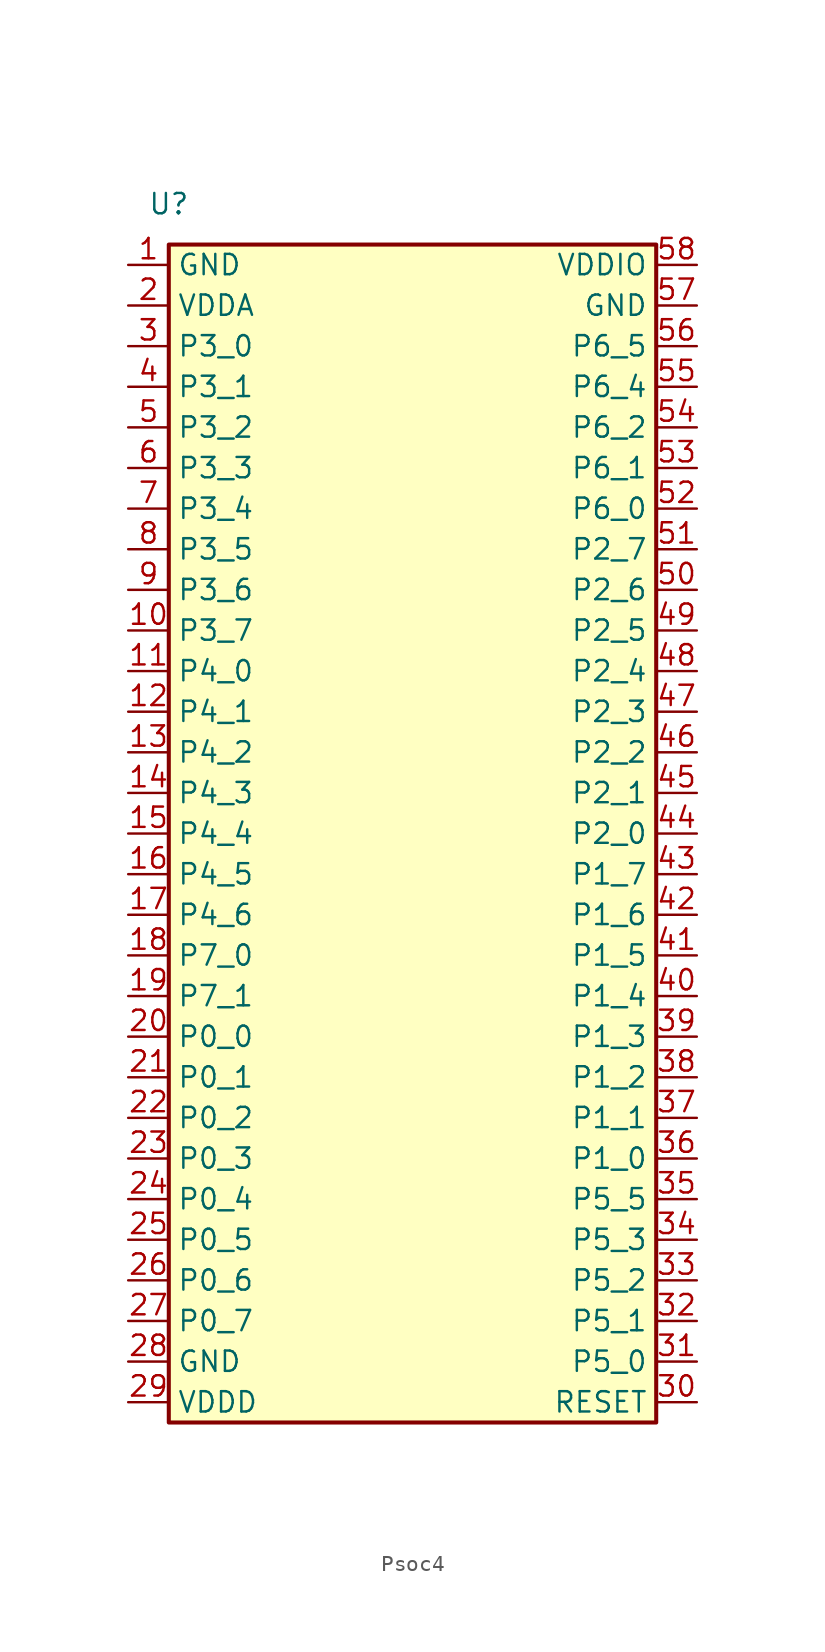
<source format=kicad_sym>
(kicad_symbol_lib
  (version 20231120)
  (generator "kicad_symbol_editor")
  (generator_version "8.0")
  (symbol "Psoc4"
    (property "Reference" "U"
      (at 0 0 0)
      (effects (font (size 1.27 1.27))))
    (property "Value" ""
      (at 0 0 0)
      (effects (font (size 1.27 1.27))))
    (symbol "Psoc4_0_1"
      (rectangle (start 0 -2.54) (end 30.48 -76.2) (stroke (width 0.254) (type default)) (fill (type background))))
    (symbol "Psoc4_1_1"
      (pin power_in line (at -2.54 -3.81 0) (length 2.54) (name "GND" (effects (font (size 1.27 1.27)))) (number "1" (effects (font (size 1.27 1.27)))))
      (pin bidirectional line (at -2.54 -26.67 0) (length 2.54) (name "P3_7" (effects (font (size 1.27 1.27)))) (number "10" (effects (font (size 1.27 1.27)))))
      (pin bidirectional line (at -2.54 -29.21 0) (length 2.54) (name "P4_0" (effects (font (size 1.27 1.27)))) (number "11" (effects (font (size 1.27 1.27)))))
      (pin bidirectional line (at -2.54 -31.75 0) (length 2.54) (name "P4_1" (effects (font (size 1.27 1.27)))) (number "12" (effects (font (size 1.27 1.27)))))
      (pin bidirectional line (at -2.54 -34.29 0) (length 2.54) (name "P4_2" (effects (font (size 1.27 1.27)))) (number "13" (effects (font (size 1.27 1.27)))))
      (pin bidirectional line (at -2.54 -36.83 0) (length 2.54) (name "P4_3" (effects (font (size 1.27 1.27)))) (number "14" (effects (font (size 1.27 1.27)))))
      (pin bidirectional line (at -2.54 -39.37 0) (length 2.54) (name "P4_4" (effects (font (size 1.27 1.27)))) (number "15" (effects (font (size 1.27 1.27)))))
      (pin bidirectional line (at -2.54 -41.91 0) (length 2.54) (name "P4_5" (effects (font (size 1.27 1.27)))) (number "16" (effects (font (size 1.27 1.27)))))
      (pin bidirectional line (at -2.54 -44.45 0) (length 2.54) (name "P4_6" (effects (font (size 1.27 1.27)))) (number "17" (effects (font (size 1.27 1.27)))))
      (pin bidirectional line (at -2.54 -46.99 0) (length 2.54) (name "P7_0" (effects (font (size 1.27 1.27)))) (number "18" (effects (font (size 1.27 1.27)))))
      (pin bidirectional line (at -2.54 -49.53 0) (length 2.54) (name "P7_1" (effects (font (size 1.27 1.27)))) (number "19" (effects (font (size 1.27 1.27)))))
      (pin power_in line (at -2.54 -6.35 0) (length 2.54) (name "VDDA" (effects (font (size 1.27 1.27)))) (number "2" (effects (font (size 1.27 1.27)))))
      (pin bidirectional line (at -2.54 -52.07 0) (length 2.54) (name "P0_0" (effects (font (size 1.27 1.27)))) (number "20" (effects (font (size 1.27 1.27)))))
      (pin bidirectional line (at -2.54 -54.61 0) (length 2.54) (name "P0_1" (effects (font (size 1.27 1.27)))) (number "21" (effects (font (size 1.27 1.27)))))
      (pin bidirectional line (at -2.54 -57.15 0) (length 2.54) (name "P0_2" (effects (font (size 1.27 1.27)))) (number "22" (effects (font (size 1.27 1.27)))))
      (pin bidirectional line (at -2.54 -59.69 0) (length 2.54) (name "P0_3" (effects (font (size 1.27 1.27)))) (number "23" (effects (font (size 1.27 1.27)))))
      (pin bidirectional line (at -2.54 -62.23 0) (length 2.54) (name "P0_4" (effects (font (size 1.27 1.27)))) (number "24" (effects (font (size 1.27 1.27)))))
      (pin bidirectional line (at -2.54 -64.77 0) (length 2.54) (name "P0_5" (effects (font (size 1.27 1.27)))) (number "25" (effects (font (size 1.27 1.27)))))
      (pin bidirectional line (at -2.54 -67.31 0) (length 2.54) (name "P0_6" (effects (font (size 1.27 1.27)))) (number "26" (effects (font (size 1.27 1.27)))))
      (pin bidirectional line (at -2.54 -69.85 0) (length 2.54) (name "P0_7" (effects (font (size 1.27 1.27)))) (number "27" (effects (font (size 1.27 1.27)))))
      (pin power_in line (at -2.54 -72.39 0) (length 2.54) (name "GND" (effects (font (size 1.27 1.27)))) (number "28" (effects (font (size 1.27 1.27)))))
      (pin power_in line (at -2.54 -74.93 0) (length 2.54) (name "VDDD" (effects (font (size 1.27 1.27)))) (number "29" (effects (font (size 1.27 1.27)))))
      (pin bidirectional line (at -2.54 -8.89 0) (length 2.54) (name "P3_0" (effects (font (size 1.27 1.27)))) (number "3" (effects (font (size 1.27 1.27)))))
      (pin power_in line (at 33.02 -74.93 180) (length 2.54) (name "RESET" (effects (font (size 1.27 1.27)))) (number "30" (effects (font (size 1.27 1.27)))))
      (pin power_in line (at 33.02 -72.39 180) (length 2.54) (name "P5_0" (effects (font (size 1.27 1.27)))) (number "31" (effects (font (size 1.27 1.27)))))
      (pin bidirectional line (at 33.02 -69.85 180) (length 2.54) (name "P5_1" (effects (font (size 1.27 1.27)))) (number "32" (effects (font (size 1.27 1.27)))))
      (pin bidirectional line (at 33.02 -67.31 180) (length 2.54) (name "P5_2" (effects (font (size 1.27 1.27)))) (number "33" (effects (font (size 1.27 1.27)))))
      (pin bidirectional line (at 33.02 -64.77 180) (length 2.54) (name "P5_3" (effects (font (size 1.27 1.27)))) (number "34" (effects (font (size 1.27 1.27)))))
      (pin bidirectional line (at 33.02 -62.23 180) (length 2.54) (name "P5_5" (effects (font (size 1.27 1.27)))) (number "35" (effects (font (size 1.27 1.27)))))
      (pin bidirectional line (at 33.02 -59.69 180) (length 2.54) (name "P1_0" (effects (font (size 1.27 1.27)))) (number "36" (effects (font (size 1.27 1.27)))))
      (pin bidirectional line (at 33.02 -57.15 180) (length 2.54) (name "P1_1" (effects (font (size 1.27 1.27)))) (number "37" (effects (font (size 1.27 1.27)))))
      (pin bidirectional line (at 33.02 -54.61 180) (length 2.54) (name "P1_2" (effects (font (size 1.27 1.27)))) (number "38" (effects (font (size 1.27 1.27)))))
      (pin bidirectional line (at 33.02 -52.07 180) (length 2.54) (name "P1_3" (effects (font (size 1.27 1.27)))) (number "39" (effects (font (size 1.27 1.27)))))
      (pin bidirectional line (at -2.54 -11.43 0) (length 2.54) (name "P3_1" (effects (font (size 1.27 1.27)))) (number "4" (effects (font (size 1.27 1.27)))))
      (pin bidirectional line (at 33.02 -49.53 180) (length 2.54) (name "P1_4" (effects (font (size 1.27 1.27)))) (number "40" (effects (font (size 1.27 1.27)))))
      (pin bidirectional line (at 33.02 -46.99 180) (length 2.54) (name "P1_5" (effects (font (size 1.27 1.27)))) (number "41" (effects (font (size 1.27 1.27)))))
      (pin bidirectional line (at 33.02 -44.45 180) (length 2.54) (name "P1_6" (effects (font (size 1.27 1.27)))) (number "42" (effects (font (size 1.27 1.27)))))
      (pin bidirectional line (at 33.02 -41.91 180) (length 2.54) (name "P1_7" (effects (font (size 1.27 1.27)))) (number "43" (effects (font (size 1.27 1.27)))))
      (pin bidirectional line (at 33.02 -39.37 180) (length 2.54) (name "P2_0" (effects (font (size 1.27 1.27)))) (number "44" (effects (font (size 1.27 1.27)))))
      (pin bidirectional line (at 33.02 -36.83 180) (length 2.54) (name "P2_1" (effects (font (size 1.27 1.27)))) (number "45" (effects (font (size 1.27 1.27)))))
      (pin bidirectional line (at 33.02 -34.29 180) (length 2.54) (name "P2_2" (effects (font (size 1.27 1.27)))) (number "46" (effects (font (size 1.27 1.27)))))
      (pin bidirectional line (at 33.02 -31.75 180) (length 2.54) (name "P2_3" (effects (font (size 1.27 1.27)))) (number "47" (effects (font (size 1.27 1.27)))))
      (pin bidirectional line (at 33.02 -29.21 180) (length 2.54) (name "P2_4" (effects (font (size 1.27 1.27)))) (number "48" (effects (font (size 1.27 1.27)))))
      (pin bidirectional line (at 33.02 -26.67 180) (length 2.54) (name "P2_5" (effects (font (size 1.27 1.27)))) (number "49" (effects (font (size 1.27 1.27)))))
      (pin bidirectional line (at -2.54 -13.97 0) (length 2.54) (name "P3_2" (effects (font (size 1.27 1.27)))) (number "5" (effects (font (size 1.27 1.27)))))
      (pin bidirectional line (at 33.02 -24.13 180) (length 2.54) (name "P2_6" (effects (font (size 1.27 1.27)))) (number "50" (effects (font (size 1.27 1.27)))))
      (pin bidirectional line (at 33.02 -21.59 180) (length 2.54) (name "P2_7" (effects (font (size 1.27 1.27)))) (number "51" (effects (font (size 1.27 1.27)))))
      (pin bidirectional line (at 33.02 -19.05 180) (length 2.54) (name "P6_0" (effects (font (size 1.27 1.27)))) (number "52" (effects (font (size 1.27 1.27)))))
      (pin bidirectional line (at 33.02 -16.51 180) (length 2.54) (name "P6_1" (effects (font (size 1.27 1.27)))) (number "53" (effects (font (size 1.27 1.27)))))
      (pin bidirectional line (at 33.02 -13.97 180) (length 2.54) (name "P6_2" (effects (font (size 1.27 1.27)))) (number "54" (effects (font (size 1.27 1.27)))))
      (pin bidirectional line (at 33.02 -11.43 180) (length 2.54) (name "P6_4" (effects (font (size 1.27 1.27)))) (number "55" (effects (font (size 1.27 1.27)))))
      (pin bidirectional line (at 33.02 -8.89 180) (length 2.54) (name "P6_5" (effects (font (size 1.27 1.27)))) (number "56" (effects (font (size 1.27 1.27)))))
      (pin power_in line (at 33.02 -6.35 180) (length 2.54) (name "GND" (effects (font (size 1.27 1.27)))) (number "57" (effects (font (size 1.27 1.27)))))
      (pin power_in line (at 33.02 -3.81 180) (length 2.54) (name "VDDIO" (effects (font (size 1.27 1.27)))) (number "58" (effects (font (size 1.27 1.27)))))
      (pin bidirectional line (at -2.54 -16.51 0) (length 2.54) (name "P3_3" (effects (font (size 1.27 1.27)))) (number "6" (effects (font (size 1.27 1.27)))))
      (pin bidirectional line (at -2.54 -19.05 0) (length 2.54) (name "P3_4" (effects (font (size 1.27 1.27)))) (number "7" (effects (font (size 1.27 1.27)))))
      (pin bidirectional line (at -2.54 -21.59 0) (length 2.54) (name "P3_5" (effects (font (size 1.27 1.27)))) (number "8" (effects (font (size 1.27 1.27)))))
      (pin bidirectional line (at -2.54 -24.13 0) (length 2.54) (name "P3_6" (effects (font (size 1.27 1.27)))) (number "9" (effects (font (size 1.27 1.27))))))))
</source>
